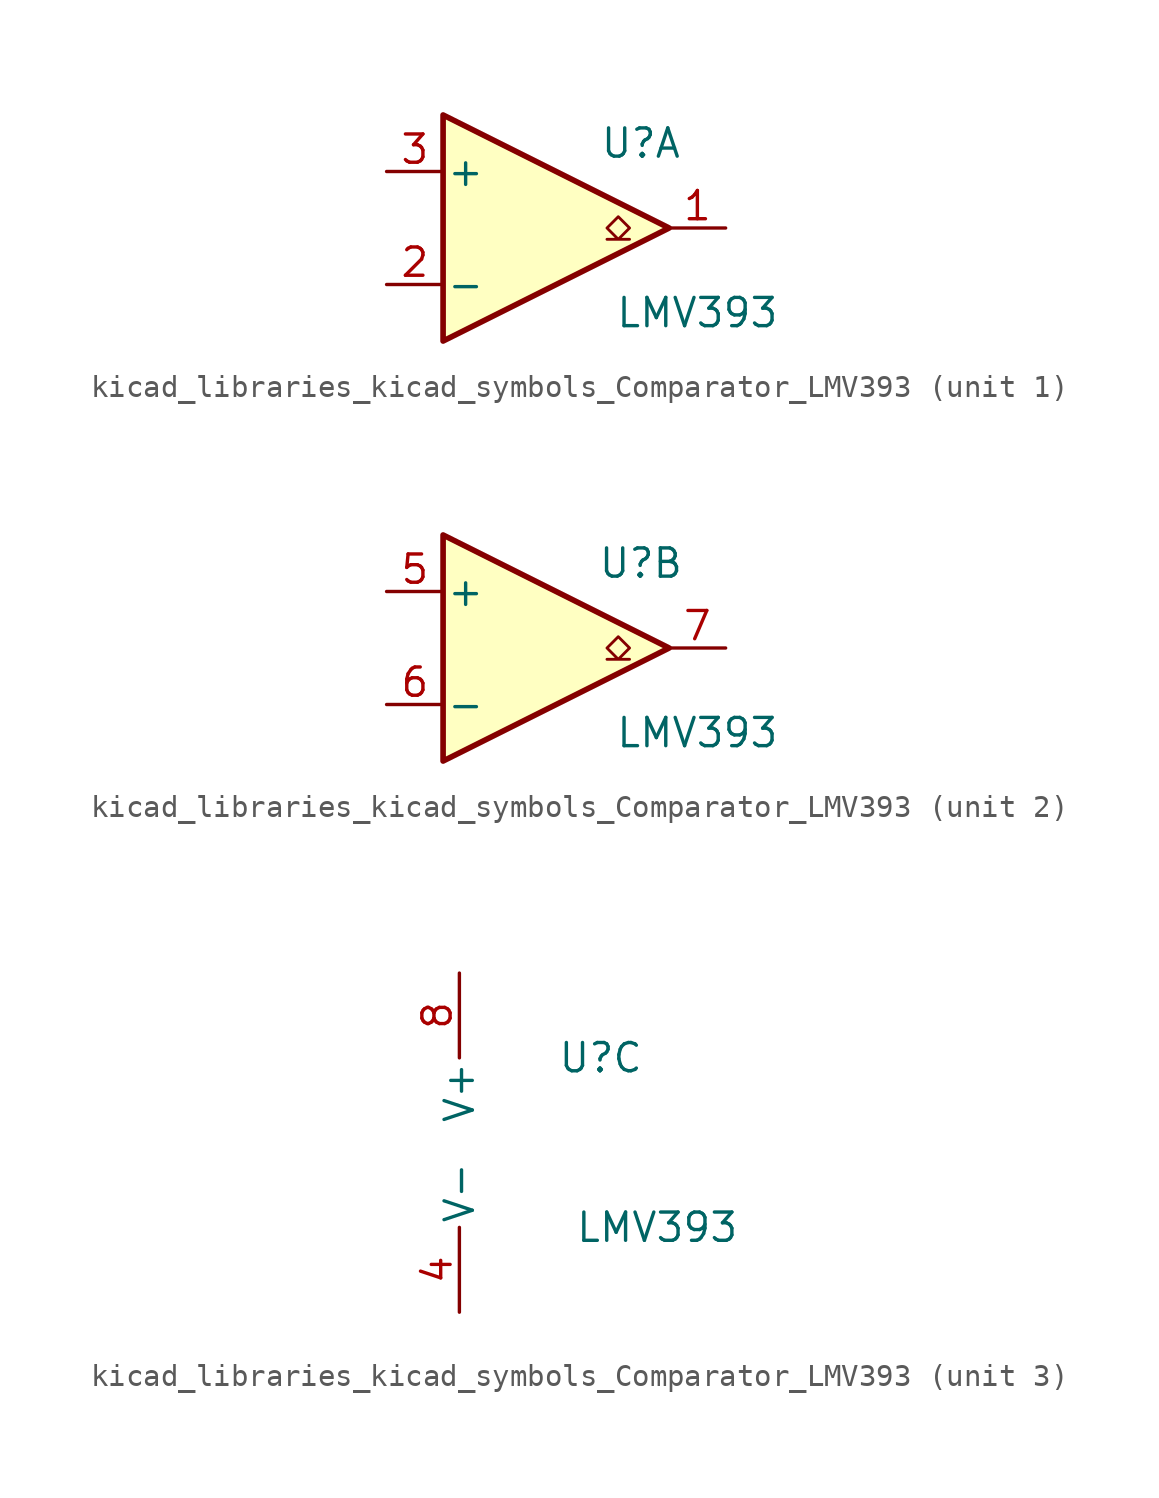
<source format=kicad_sym>
(kicad_symbol_lib
  (version 20220914)
  (generator kicad_symbol_editor)
  (symbol "kicad_libraries_kicad_symbols_Comparator_LMV393"
    (pin_names
      (offset 0.127))
    (property "Reference" "U"
      (at 3.81 3.81 0)
      (effects (font (size 1.27 1.27))))
    (property "Value" "LMV393"
      (at 6.35 -3.81 0)
      (effects (font (size 1.27 1.27))))
    (property "ki_locked" ""
      (at 0 0 0)
      (effects (font (size 1.27 1.27))))
    (symbol "kicad_libraries_kicad_symbols_Comparator_LMV393_1_1"
      (polyline (pts (xy -5.08 5.08) (xy 5.08 0) (xy -5.08 -5.08) (xy -5.08 5.08)) (stroke (width 0.254) (type default)) (fill (type background)))
      (polyline (pts (xy 3.302 -0.508) (xy 2.794 -0.508) (xy 3.302 0) (xy 2.794 0.508) (xy 2.286 0) (xy 2.794 -0.508) (xy 2.286 -0.508)) (stroke (width 0.127) (type default)) (fill (type none)))
      (pin open_collector line (at 7.62 0 180) (length 2.54) (name "~" (effects (font (size 1.27 1.27)))) (number "1" (effects (font (size 1.27 1.27)))))
      (pin input line (at -7.62 -2.54 0) (length 2.54) (name "-" (effects (font (size 1.27 1.27)))) (number "2" (effects (font (size 1.27 1.27)))))
      (pin input line (at -7.62 2.54 0) (length 2.54) (name "+" (effects (font (size 1.27 1.27)))) (number "3" (effects (font (size 1.27 1.27))))))
    (symbol "kicad_libraries_kicad_symbols_Comparator_LMV393_2_1"
      (polyline (pts (xy -5.08 5.08) (xy 5.08 0) (xy -5.08 -5.08) (xy -5.08 5.08)) (stroke (width 0.254) (type default)) (fill (type background)))
      (polyline (pts (xy 3.302 -0.508) (xy 2.794 -0.508) (xy 3.302 0) (xy 2.794 0.508) (xy 2.286 0) (xy 2.794 -0.508) (xy 2.286 -0.508)) (stroke (width 0.127) (type default)) (fill (type none)))
      (pin input line (at -7.62 2.54 0) (length 2.54) (name "+" (effects (font (size 1.27 1.27)))) (number "5" (effects (font (size 1.27 1.27)))))
      (pin input line (at -7.62 -2.54 0) (length 2.54) (name "-" (effects (font (size 1.27 1.27)))) (number "6" (effects (font (size 1.27 1.27)))))
      (pin open_collector line (at 7.62 0 180) (length 2.54) (name "~" (effects (font (size 1.27 1.27)))) (number "7" (effects (font (size 1.27 1.27))))))
    (symbol "kicad_libraries_kicad_symbols_Comparator_LMV393_3_1"
      (pin power_in line (at -2.54 -7.62 90) (length 3.81) (name "V-" (effects (font (size 1.27 1.27)))) (number "4" (effects (font (size 1.27 1.27)))))
      (pin power_in line (at -2.54 7.62 270) (length 3.81) (name "V+" (effects (font (size 1.27 1.27)))) (number "8" (effects (font (size 1.27 1.27))))))))
</source>
